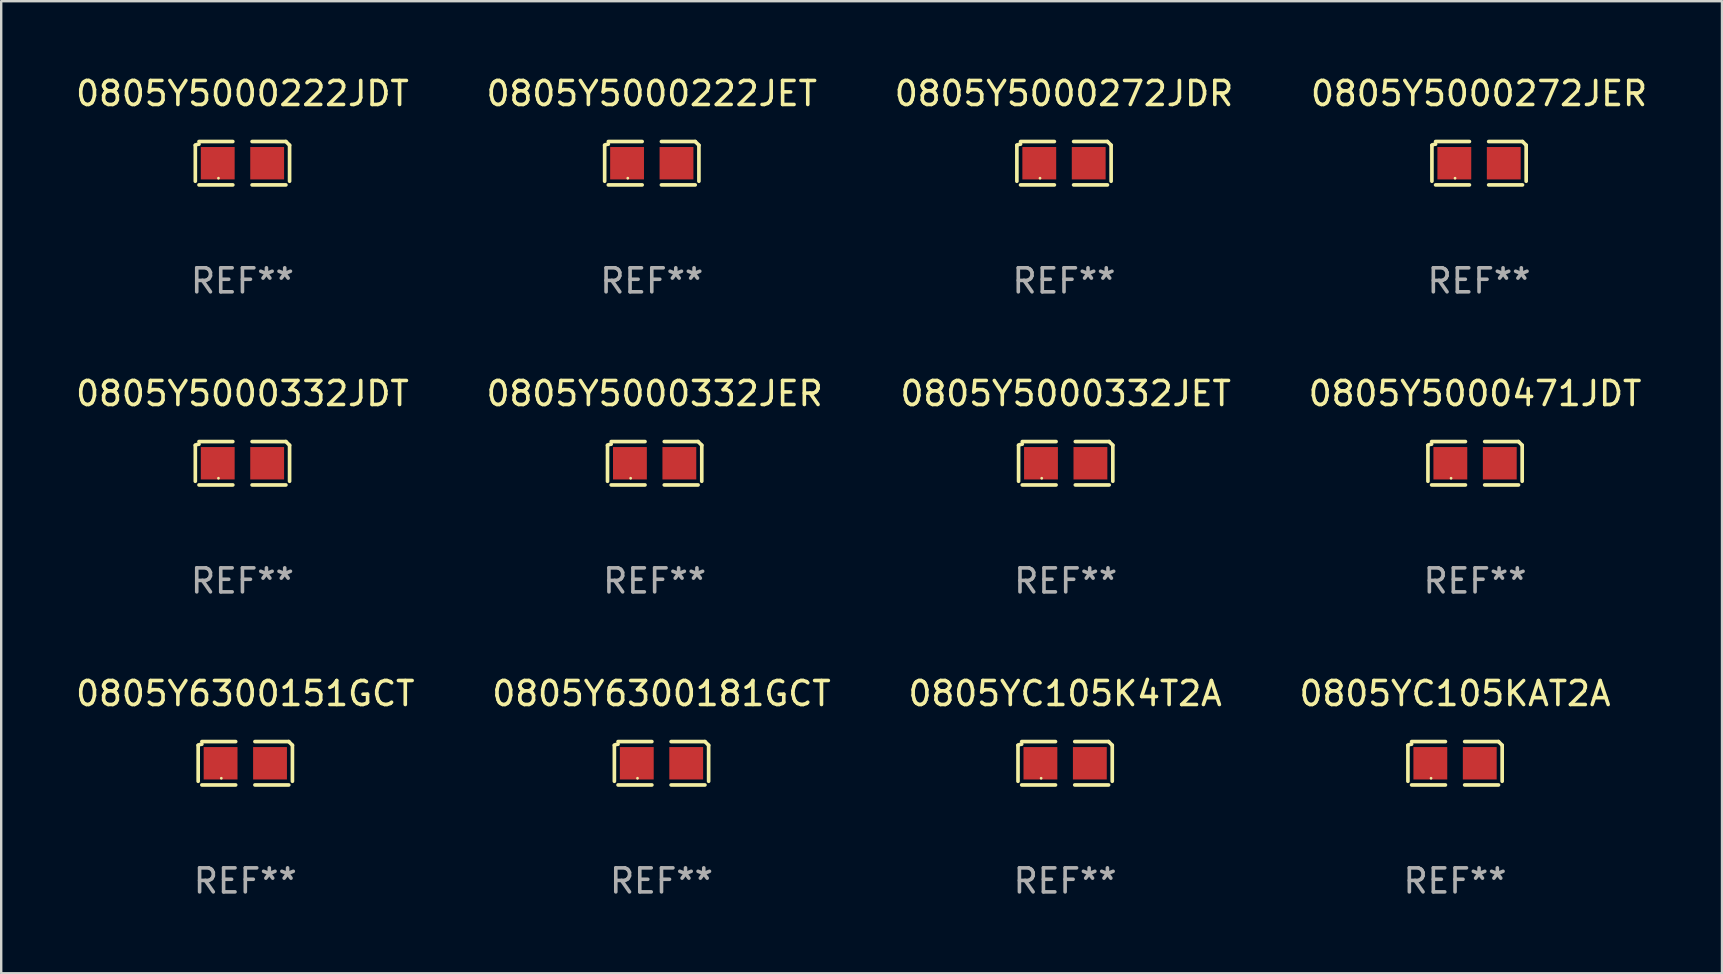
<source format=kicad_pcb>
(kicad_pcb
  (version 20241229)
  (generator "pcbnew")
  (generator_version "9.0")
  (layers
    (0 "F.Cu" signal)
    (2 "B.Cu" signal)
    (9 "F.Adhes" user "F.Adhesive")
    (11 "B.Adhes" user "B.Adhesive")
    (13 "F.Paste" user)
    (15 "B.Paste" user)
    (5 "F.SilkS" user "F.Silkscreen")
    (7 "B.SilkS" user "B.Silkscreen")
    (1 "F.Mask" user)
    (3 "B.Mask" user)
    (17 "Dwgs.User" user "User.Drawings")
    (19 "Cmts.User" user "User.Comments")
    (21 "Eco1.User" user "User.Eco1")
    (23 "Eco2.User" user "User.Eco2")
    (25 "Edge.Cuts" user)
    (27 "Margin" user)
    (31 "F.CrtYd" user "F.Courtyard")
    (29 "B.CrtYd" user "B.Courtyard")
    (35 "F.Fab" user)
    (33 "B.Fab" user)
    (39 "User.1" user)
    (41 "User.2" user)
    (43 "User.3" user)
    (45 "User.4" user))
  (footprint "0805Y5000272JER"
    (layer "F.Cu")
    (at 58.589 3.752)
    (property "Reference" "0805Y5000272JER" (at 0 -2.904 0) (layer "F.SilkS") (effects (font (size 1 1) (thickness 0.15))))
    (attr through_hole)
    (fp_line (start -1.964 0.751) (end -1.964 -0.751) (stroke (width 0.152) (type solid)) (layer "F.SilkS"))
    (fp_line (start -1.811 -0.904) (end -0.401 -0.904) (stroke (width 0.152) (type solid)) (layer "F.SilkS"))
    (fp_line (start -0.401 0.904) (end -1.811 0.904) (stroke (width 0.152) (type solid)) (layer "F.SilkS"))
    (fp_line (start 0.401 0.904) (end 1.811 0.904) (stroke (width 0.152) (type solid)) (layer "F.SilkS"))
    (fp_line (start 1.811 -0.904) (end 0.401 -0.904) (stroke (width 0.152) (type solid)) (layer "F.SilkS"))
    (fp_line (start 1.964 0.751) (end 1.964 -0.751) (stroke (width 0.152) (type solid)) (layer "F.SilkS"))
    (fp_arc (start -1.963602 -0.751207) (mid -1.890354 -0.783131) (end -1.811201 -0.794044) (stroke (width 0.1524) (type solid)) (layer "F.SilkS"))
    (fp_arc (start 1.811202 -0.903607) (mid 1.887413 -0.827418) (end 1.963602 -0.751207) (stroke (width 0.1524) (type solid)) (layer "F.SilkS"))
    (fp_circle (center -1 0.625) (end -0.97 0.625) (stroke (width 0.06) (type solid)) (fill no) (layer "F.SilkS"))
    (fp_text user "REF**" (at 0 4.904 0) (layer "F.Fab") (effects (font (size 1 1) (thickness 0.15))))
    (pad "1" smd rect (at -1.03 0) (size 1.41 1.35) (layers "F.Cu" "F.Mask" "F.Paste"))
    (pad "2" smd rect (at 1.03 0) (size 1.41 1.35) (layers "F.Cu" "F.Mask" "F.Paste")))
  (footprint "0805Y5000222JDT"
    (layer "F.Cu")
    (at 7.054 3.752)
    (property "Reference" "0805Y5000222JDT" (at 0 -2.904 0) (layer "F.SilkS") (effects (font (size 1 1) (thickness 0.15))))
    (attr through_hole)
    (fp_line (start -1.964 0.751) (end -1.964 -0.751) (stroke (width 0.152) (type solid)) (layer "F.SilkS"))
    (fp_line (start -1.811 -0.904) (end -0.401 -0.904) (stroke (width 0.152) (type solid)) (layer "F.SilkS"))
    (fp_line (start -0.401 0.904) (end -1.811 0.904) (stroke (width 0.152) (type solid)) (layer "F.SilkS"))
    (fp_line (start 0.401 0.904) (end 1.811 0.904) (stroke (width 0.152) (type solid)) (layer "F.SilkS"))
    (fp_line (start 1.811 -0.904) (end 0.401 -0.904) (stroke (width 0.152) (type solid)) (layer "F.SilkS"))
    (fp_line (start 1.964 0.751) (end 1.964 -0.751) (stroke (width 0.152) (type solid)) (layer "F.SilkS"))
    (fp_arc (start -1.963602 -0.751207) (mid -1.890354 -0.783131) (end -1.811201 -0.794044) (stroke (width 0.1524) (type solid)) (layer "F.SilkS"))
    (fp_arc (start 1.811202 -0.903607) (mid 1.887413 -0.827418) (end 1.963602 -0.751207) (stroke (width 0.1524) (type solid)) (layer "F.SilkS"))
    (fp_circle (center -1 0.625) (end -0.97 0.625) (stroke (width 0.06) (type solid)) (fill no) (layer "F.SilkS"))
    (fp_text user "REF**" (at 0 4.904 0) (layer "F.Fab") (effects (font (size 1 1) (thickness 0.15))))
    (pad "1" smd rect (at -1.03 0) (size 1.41 1.35) (layers "F.Cu" "F.Mask" "F.Paste"))
    (pad "2" smd rect (at 1.03 0) (size 1.41 1.35) (layers "F.Cu" "F.Mask" "F.Paste")))
  (footprint "0805Y6300181GCT"
    (layer "F.Cu")
    (at 24.518 28.759)
    (property "Reference" "0805Y6300181GCT" (at 0 -2.904 0) (layer "F.SilkS") (effects (font (size 1 1) (thickness 0.15))))
    (attr through_hole)
    (fp_line (start -1.964 0.751) (end -1.964 -0.751) (stroke (width 0.152) (type solid)) (layer "F.SilkS"))
    (fp_line (start -1.811 -0.904) (end -0.401 -0.904) (stroke (width 0.152) (type solid)) (layer "F.SilkS"))
    (fp_line (start -0.401 0.904) (end -1.811 0.904) (stroke (width 0.152) (type solid)) (layer "F.SilkS"))
    (fp_line (start 0.401 0.904) (end 1.811 0.904) (stroke (width 0.152) (type solid)) (layer "F.SilkS"))
    (fp_line (start 1.811 -0.904) (end 0.401 -0.904) (stroke (width 0.152) (type solid)) (layer "F.SilkS"))
    (fp_line (start 1.964 0.751) (end 1.964 -0.751) (stroke (width 0.152) (type solid)) (layer "F.SilkS"))
    (fp_arc (start -1.963602 -0.751207) (mid -1.890354 -0.783131) (end -1.811201 -0.794044) (stroke (width 0.1524) (type solid)) (layer "F.SilkS"))
    (fp_arc (start 1.811202 -0.903607) (mid 1.887413 -0.827418) (end 1.963602 -0.751207) (stroke (width 0.1524) (type solid)) (layer "F.SilkS"))
    (fp_circle (center -1 0.625) (end -0.97 0.625) (stroke (width 0.06) (type solid)) (fill no) (layer "F.SilkS"))
    (fp_text user "REF**" (at 0 4.904 0) (layer "F.Fab") (effects (font (size 1 1) (thickness 0.15))))
    (pad "1" smd rect (at -1.03 0) (size 1.41 1.35) (layers "F.Cu" "F.Mask" "F.Paste"))
    (pad "2" smd rect (at 1.03 0) (size 1.41 1.35) (layers "F.Cu" "F.Mask" "F.Paste")))
  (footprint "0805Y5000332JER"
    (layer "F.Cu")
    (at 24.232 16.256)
    (property "Reference" "0805Y5000332JER" (at 0 -2.904 0) (layer "F.SilkS") (effects (font (size 1 1) (thickness 0.15))))
    (attr through_hole)
    (fp_line (start -1.964 0.751) (end -1.964 -0.751) (stroke (width 0.152) (type solid)) (layer "F.SilkS"))
    (fp_line (start -1.811 -0.904) (end -0.401 -0.904) (stroke (width 0.152) (type solid)) (layer "F.SilkS"))
    (fp_line (start -0.401 0.904) (end -1.811 0.904) (stroke (width 0.152) (type solid)) (layer "F.SilkS"))
    (fp_line (start 0.401 0.904) (end 1.811 0.904) (stroke (width 0.152) (type solid)) (layer "F.SilkS"))
    (fp_line (start 1.811 -0.904) (end 0.401 -0.904) (stroke (width 0.152) (type solid)) (layer "F.SilkS"))
    (fp_line (start 1.964 0.751) (end 1.964 -0.751) (stroke (width 0.152) (type solid)) (layer "F.SilkS"))
    (fp_arc (start -1.963602 -0.751207) (mid -1.890354 -0.783131) (end -1.811201 -0.794044) (stroke (width 0.1524) (type solid)) (layer "F.SilkS"))
    (fp_arc (start 1.811202 -0.903607) (mid 1.887413 -0.827418) (end 1.963602 -0.751207) (stroke (width 0.1524) (type solid)) (layer "F.SilkS"))
    (fp_circle (center -1 0.625) (end -0.97 0.625) (stroke (width 0.06) (type solid)) (fill no) (layer "F.SilkS"))
    (fp_text user "REF**" (at 0 4.904 0) (layer "F.Fab") (effects (font (size 1 1) (thickness 0.15))))
    (pad "1" smd rect (at -1.03 0) (size 1.41 1.35) (layers "F.Cu" "F.Mask" "F.Paste"))
    (pad "2" smd rect (at 1.03 0) (size 1.41 1.35) (layers "F.Cu" "F.Mask" "F.Paste")))
  (footprint "0805Y6300151GCT"
    (layer "F.Cu")
    (at 7.173 28.759)
    (property "Reference" "0805Y6300151GCT" (at 0 -2.904 0) (layer "F.SilkS") (effects (font (size 1 1) (thickness 0.15))))
    (attr through_hole)
    (fp_line (start -1.964 0.751) (end -1.964 -0.751) (stroke (width 0.152) (type solid)) (layer "F.SilkS"))
    (fp_line (start -1.811 -0.904) (end -0.401 -0.904) (stroke (width 0.152) (type solid)) (layer "F.SilkS"))
    (fp_line (start -0.401 0.904) (end -1.811 0.904) (stroke (width 0.152) (type solid)) (layer "F.SilkS"))
    (fp_line (start 0.401 0.904) (end 1.811 0.904) (stroke (width 0.152) (type solid)) (layer "F.SilkS"))
    (fp_line (start 1.811 -0.904) (end 0.401 -0.904) (stroke (width 0.152) (type solid)) (layer "F.SilkS"))
    (fp_line (start 1.964 0.751) (end 1.964 -0.751) (stroke (width 0.152) (type solid)) (layer "F.SilkS"))
    (fp_arc (start -1.963602 -0.751207) (mid -1.890354 -0.783131) (end -1.811201 -0.794044) (stroke (width 0.1524) (type solid)) (layer "F.SilkS"))
    (fp_arc (start 1.811202 -0.903607) (mid 1.887413 -0.827418) (end 1.963602 -0.751207) (stroke (width 0.1524) (type solid)) (layer "F.SilkS"))
    (fp_circle (center -1 0.625) (end -0.97 0.625) (stroke (width 0.06) (type solid)) (fill no) (layer "F.SilkS"))
    (fp_text user "REF**" (at 0 4.904 0) (layer "F.Fab") (effects (font (size 1 1) (thickness 0.15))))
    (pad "1" smd rect (at -1.03 0) (size 1.41 1.35) (layers "F.Cu" "F.Mask" "F.Paste"))
    (pad "2" smd rect (at 1.03 0) (size 1.41 1.35) (layers "F.Cu" "F.Mask" "F.Paste")))
  (footprint "0805Y5000272JDR"
    (layer "F.Cu")
    (at 41.292 3.752)
    (property "Reference" "0805Y5000272JDR" (at 0 -2.904 0) (layer "F.SilkS") (effects (font (size 1 1) (thickness 0.15))))
    (attr through_hole)
    (fp_line (start -1.964 0.751) (end -1.964 -0.751) (stroke (width 0.152) (type solid)) (layer "F.SilkS"))
    (fp_line (start -1.811 -0.904) (end -0.401 -0.904) (stroke (width 0.152) (type solid)) (layer "F.SilkS"))
    (fp_line (start -0.401 0.904) (end -1.811 0.904) (stroke (width 0.152) (type solid)) (layer "F.SilkS"))
    (fp_line (start 0.401 0.904) (end 1.811 0.904) (stroke (width 0.152) (type solid)) (layer "F.SilkS"))
    (fp_line (start 1.811 -0.904) (end 0.401 -0.904) (stroke (width 0.152) (type solid)) (layer "F.SilkS"))
    (fp_line (start 1.964 0.751) (end 1.964 -0.751) (stroke (width 0.152) (type solid)) (layer "F.SilkS"))
    (fp_arc (start -1.963602 -0.751207) (mid -1.890354 -0.783131) (end -1.811201 -0.794044) (stroke (width 0.1524) (type solid)) (layer "F.SilkS"))
    (fp_arc (start 1.811202 -0.903607) (mid 1.887413 -0.827418) (end 1.963602 -0.751207) (stroke (width 0.1524) (type solid)) (layer "F.SilkS"))
    (fp_circle (center -1 0.625) (end -0.97 0.625) (stroke (width 0.06) (type solid)) (fill no) (layer "F.SilkS"))
    (fp_text user "REF**" (at 0 4.904 0) (layer "F.Fab") (effects (font (size 1 1) (thickness 0.15))))
    (pad "1" smd rect (at -1.03 0) (size 1.41 1.35) (layers "F.Cu" "F.Mask" "F.Paste"))
    (pad "2" smd rect (at 1.03 0) (size 1.41 1.35) (layers "F.Cu" "F.Mask" "F.Paste")))
  (footprint "0805Y5000332JDT"
    (layer "F.Cu")
    (at 7.054 16.256)
    (property "Reference" "0805Y5000332JDT" (at 0 -2.904 0) (layer "F.SilkS") (effects (font (size 1 1) (thickness 0.15))))
    (attr through_hole)
    (fp_line (start -1.964 0.751) (end -1.964 -0.751) (stroke (width 0.152) (type solid)) (layer "F.SilkS"))
    (fp_line (start -1.811 -0.904) (end -0.401 -0.904) (stroke (width 0.152) (type solid)) (layer "F.SilkS"))
    (fp_line (start -0.401 0.904) (end -1.811 0.904) (stroke (width 0.152) (type solid)) (layer "F.SilkS"))
    (fp_line (start 0.401 0.904) (end 1.811 0.904) (stroke (width 0.152) (type solid)) (layer "F.SilkS"))
    (fp_line (start 1.811 -0.904) (end 0.401 -0.904) (stroke (width 0.152) (type solid)) (layer "F.SilkS"))
    (fp_line (start 1.964 0.751) (end 1.964 -0.751) (stroke (width 0.152) (type solid)) (layer "F.SilkS"))
    (fp_arc (start -1.963602 -0.751207) (mid -1.890354 -0.783131) (end -1.811201 -0.794044) (stroke (width 0.1524) (type solid)) (layer "F.SilkS"))
    (fp_arc (start 1.811202 -0.903607) (mid 1.887413 -0.827418) (end 1.963602 -0.751207) (stroke (width 0.1524) (type solid)) (layer "F.SilkS"))
    (fp_circle (center -1 0.625) (end -0.97 0.625) (stroke (width 0.06) (type solid)) (fill no) (layer "F.SilkS"))
    (fp_text user "REF**" (at 0 4.904 0) (layer "F.Fab") (effects (font (size 1 1) (thickness 0.15))))
    (pad "1" smd rect (at -1.03 0) (size 1.41 1.35) (layers "F.Cu" "F.Mask" "F.Paste"))
    (pad "2" smd rect (at 1.03 0) (size 1.41 1.35) (layers "F.Cu" "F.Mask" "F.Paste")))
  (footprint "0805Y5000471JDT"
    (layer "F.Cu")
    (at 58.423 16.256)
    (property "Reference" "0805Y5000471JDT" (at 0 -2.904 0) (layer "F.SilkS") (effects (font (size 1 1) (thickness 0.15))))
    (attr through_hole)
    (fp_line (start -1.964 0.751) (end -1.964 -0.751) (stroke (width 0.152) (type solid)) (layer "F.SilkS"))
    (fp_line (start -1.811 -0.904) (end -0.401 -0.904) (stroke (width 0.152) (type solid)) (layer "F.SilkS"))
    (fp_line (start -0.401 0.904) (end -1.811 0.904) (stroke (width 0.152) (type solid)) (layer "F.SilkS"))
    (fp_line (start 0.401 0.904) (end 1.811 0.904) (stroke (width 0.152) (type solid)) (layer "F.SilkS"))
    (fp_line (start 1.811 -0.904) (end 0.401 -0.904) (stroke (width 0.152) (type solid)) (layer "F.SilkS"))
    (fp_line (start 1.964 0.751) (end 1.964 -0.751) (stroke (width 0.152) (type solid)) (layer "F.SilkS"))
    (fp_arc (start -1.963602 -0.751207) (mid -1.890354 -0.783131) (end -1.811201 -0.794044) (stroke (width 0.1524) (type solid)) (layer "F.SilkS"))
    (fp_arc (start 1.811202 -0.903607) (mid 1.887413 -0.827418) (end 1.963602 -0.751207) (stroke (width 0.1524) (type solid)) (layer "F.SilkS"))
    (fp_circle (center -1 0.625) (end -0.97 0.625) (stroke (width 0.06) (type solid)) (fill no) (layer "F.SilkS"))
    (fp_text user "REF**" (at 0 4.904 0) (layer "F.Fab") (effects (font (size 1 1) (thickness 0.15))))
    (pad "1" smd rect (at -1.03 0) (size 1.41 1.35) (layers "F.Cu" "F.Mask" "F.Paste"))
    (pad "2" smd rect (at 1.03 0) (size 1.41 1.35) (layers "F.Cu" "F.Mask" "F.Paste")))
  (footprint "0805Y5000332JET"
    (layer "F.Cu")
    (at 41.363 16.256)
    (property "Reference" "0805Y5000332JET" (at 0 -2.904 0) (layer "F.SilkS") (effects (font (size 1 1) (thickness 0.15))))
    (attr through_hole)
    (fp_line (start -1.964 0.751) (end -1.964 -0.751) (stroke (width 0.152) (type solid)) (layer "F.SilkS"))
    (fp_line (start -1.811 -0.904) (end -0.401 -0.904) (stroke (width 0.152) (type solid)) (layer "F.SilkS"))
    (fp_line (start -0.401 0.904) (end -1.811 0.904) (stroke (width 0.152) (type solid)) (layer "F.SilkS"))
    (fp_line (start 0.401 0.904) (end 1.811 0.904) (stroke (width 0.152) (type solid)) (layer "F.SilkS"))
    (fp_line (start 1.811 -0.904) (end 0.401 -0.904) (stroke (width 0.152) (type solid)) (layer "F.SilkS"))
    (fp_line (start 1.964 0.751) (end 1.964 -0.751) (stroke (width 0.152) (type solid)) (layer "F.SilkS"))
    (fp_arc (start -1.963602 -0.751207) (mid -1.890354 -0.783131) (end -1.811201 -0.794044) (stroke (width 0.1524) (type solid)) (layer "F.SilkS"))
    (fp_arc (start 1.811202 -0.903607) (mid 1.887413 -0.827418) (end 1.963602 -0.751207) (stroke (width 0.1524) (type solid)) (layer "F.SilkS"))
    (fp_circle (center -1 0.625) (end -0.97 0.625) (stroke (width 0.06) (type solid)) (fill no) (layer "F.SilkS"))
    (fp_text user "REF**" (at 0 4.904 0) (layer "F.Fab") (effects (font (size 1 1) (thickness 0.15))))
    (pad "1" smd rect (at -1.03 0) (size 1.41 1.35) (layers "F.Cu" "F.Mask" "F.Paste"))
    (pad "2" smd rect (at 1.03 0) (size 1.41 1.35) (layers "F.Cu" "F.Mask" "F.Paste")))
  (footprint "0805YC105K4T2A"
    (layer "F.Cu")
    (at 41.339 28.759)
    (property "Reference" "0805YC105K4T2A" (at 0 -2.904 0) (layer "F.SilkS") (effects (font (size 1 1) (thickness 0.15))))
    (attr through_hole)
    (fp_line (start -1.964 0.751) (end -1.964 -0.751) (stroke (width 0.152) (type solid)) (layer "F.SilkS"))
    (fp_line (start -1.811 -0.904) (end -0.401 -0.904) (stroke (width 0.152) (type solid)) (layer "F.SilkS"))
    (fp_line (start -0.401 0.904) (end -1.811 0.904) (stroke (width 0.152) (type solid)) (layer "F.SilkS"))
    (fp_line (start 0.401 0.904) (end 1.811 0.904) (stroke (width 0.152) (type solid)) (layer "F.SilkS"))
    (fp_line (start 1.811 -0.904) (end 0.401 -0.904) (stroke (width 0.152) (type solid)) (layer "F.SilkS"))
    (fp_line (start 1.964 0.751) (end 1.964 -0.751) (stroke (width 0.152) (type solid)) (layer "F.SilkS"))
    (fp_arc (start -1.963602 -0.751207) (mid -1.890354 -0.783131) (end -1.811201 -0.794044) (stroke (width 0.1524) (type solid)) (layer "F.SilkS"))
    (fp_arc (start 1.811202 -0.903607) (mid 1.887413 -0.827418) (end 1.963602 -0.751207) (stroke (width 0.1524) (type solid)) (layer "F.SilkS"))
    (fp_circle (center -1 0.625) (end -0.97 0.625) (stroke (width 0.06) (type solid)) (fill no) (layer "F.SilkS"))
    (fp_text user "REF**" (at 0 4.904 0) (layer "F.Fab") (effects (font (size 1 1) (thickness 0.15))))
    (pad "1" smd rect (at -1.03 0) (size 1.41 1.35) (layers "F.Cu" "F.Mask" "F.Paste"))
    (pad "2" smd rect (at 1.03 0) (size 1.41 1.35) (layers "F.Cu" "F.Mask" "F.Paste")))
  (footprint "0805Y5000222JET"
    (layer "F.Cu")
    (at 24.113 3.752)
    (property "Reference" "0805Y5000222JET" (at 0 -2.904 0) (layer "F.SilkS") (effects (font (size 1 1) (thickness 0.15))))
    (attr through_hole)
    (fp_line (start -1.964 0.751) (end -1.964 -0.751) (stroke (width 0.152) (type solid)) (layer "F.SilkS"))
    (fp_line (start -1.811 -0.904) (end -0.401 -0.904) (stroke (width 0.152) (type solid)) (layer "F.SilkS"))
    (fp_line (start -0.401 0.904) (end -1.811 0.904) (stroke (width 0.152) (type solid)) (layer "F.SilkS"))
    (fp_line (start 0.401 0.904) (end 1.811 0.904) (stroke (width 0.152) (type solid)) (layer "F.SilkS"))
    (fp_line (start 1.811 -0.904) (end 0.401 -0.904) (stroke (width 0.152) (type solid)) (layer "F.SilkS"))
    (fp_line (start 1.964 0.751) (end 1.964 -0.751) (stroke (width 0.152) (type solid)) (layer "F.SilkS"))
    (fp_arc (start -1.963602 -0.751207) (mid -1.890354 -0.783131) (end -1.811201 -0.794044) (stroke (width 0.1524) (type solid)) (layer "F.SilkS"))
    (fp_arc (start 1.811202 -0.903607) (mid 1.887413 -0.827418) (end 1.963602 -0.751207) (stroke (width 0.1524) (type solid)) (layer "F.SilkS"))
    (fp_circle (center -1 0.625) (end -0.97 0.625) (stroke (width 0.06) (type solid)) (fill no) (layer "F.SilkS"))
    (fp_text user "REF**" (at 0 4.904 0) (layer "F.Fab") (effects (font (size 1 1) (thickness 0.15))))
    (pad "1" smd rect (at -1.03 0) (size 1.41 1.35) (layers "F.Cu" "F.Mask" "F.Paste"))
    (pad "2" smd rect (at 1.03 0) (size 1.41 1.35) (layers "F.Cu" "F.Mask" "F.Paste")))
  (footprint "0805YC105KAT2A"
    (layer "F.Cu")
    (at 57.589 28.759)
    (property "Reference" "0805YC105KAT2A" (at 0 -2.904 0) (layer "F.SilkS") (effects (font (size 1 1) (thickness 0.15))))
    (attr through_hole)
    (fp_line (start -1.964 0.751) (end -1.964 -0.751) (stroke (width 0.152) (type solid)) (layer "F.SilkS"))
    (fp_line (start -1.811 -0.904) (end -0.401 -0.904) (stroke (width 0.152) (type solid)) (layer "F.SilkS"))
    (fp_line (start -0.401 0.904) (end -1.811 0.904) (stroke (width 0.152) (type solid)) (layer "F.SilkS"))
    (fp_line (start 0.401 0.904) (end 1.811 0.904) (stroke (width 0.152) (type solid)) (layer "F.SilkS"))
    (fp_line (start 1.811 -0.904) (end 0.401 -0.904) (stroke (width 0.152) (type solid)) (layer "F.SilkS"))
    (fp_line (start 1.964 0.751) (end 1.964 -0.751) (stroke (width 0.152) (type solid)) (layer "F.SilkS"))
    (fp_arc (start -1.963602 -0.751207) (mid -1.890354 -0.783131) (end -1.811201 -0.794044) (stroke (width 0.1524) (type solid)) (layer "F.SilkS"))
    (fp_arc (start 1.811202 -0.903607) (mid 1.887413 -0.827418) (end 1.963602 -0.751207) (stroke (width 0.1524) (type solid)) (layer "F.SilkS"))
    (fp_circle (center -1 0.625) (end -0.97 0.625) (stroke (width 0.06) (type solid)) (fill no) (layer "F.SilkS"))
    (fp_text user "REF**" (at 0 4.904 0) (layer "F.Fab") (effects (font (size 1 1) (thickness 0.15))))
    (pad "1" smd rect (at -1.03 0) (size 1.41 1.35) (layers "F.Cu" "F.Mask" "F.Paste"))
    (pad "2" smd rect (at 1.03 0) (size 1.41 1.35) (layers "F.Cu" "F.Mask" "F.Paste")))
  (gr_rect
    (start -3 -3)
    (end 68.714 37.511)
    (stroke (width 0.1) (type default))
    (fill no)
    (layer "Edge.Cuts")))
</source>
